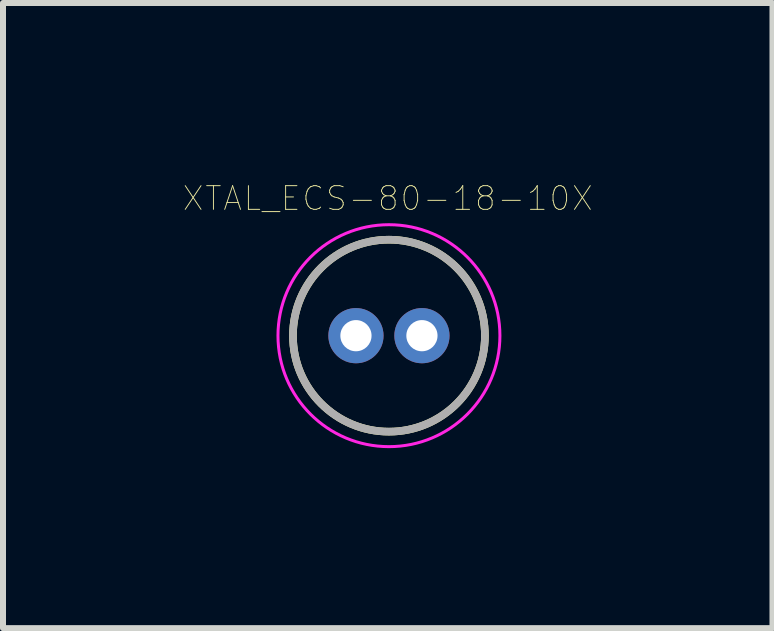
<source format=kicad_pcb>
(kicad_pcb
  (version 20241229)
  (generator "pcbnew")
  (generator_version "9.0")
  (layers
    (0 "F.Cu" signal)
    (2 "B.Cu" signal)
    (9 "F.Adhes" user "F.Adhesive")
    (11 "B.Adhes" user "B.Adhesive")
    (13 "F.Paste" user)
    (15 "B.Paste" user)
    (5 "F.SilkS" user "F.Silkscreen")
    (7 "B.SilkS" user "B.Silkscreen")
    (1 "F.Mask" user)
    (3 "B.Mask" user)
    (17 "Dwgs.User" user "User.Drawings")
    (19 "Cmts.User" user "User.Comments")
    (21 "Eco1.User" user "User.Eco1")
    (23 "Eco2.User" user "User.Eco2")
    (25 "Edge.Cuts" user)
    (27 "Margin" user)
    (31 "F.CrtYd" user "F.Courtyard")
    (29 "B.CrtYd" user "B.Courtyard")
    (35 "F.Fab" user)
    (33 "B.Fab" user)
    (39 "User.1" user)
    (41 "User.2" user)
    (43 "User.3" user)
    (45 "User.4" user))
  (footprint "XTAL_ECS-80-18-10X"
    (layer "F.Cu")
    (at 3.434 2.546)
    (property "Reference" "XTAL_ECS-80-18-10X" (at -0.02 -2.288 0) (layer "F.SilkS") (effects (font (size 0.395 0.395) (thickness 0.015))))
    (attr through_hole)
    (fp_circle (center 0 0) (end 1.6 0) (stroke (width 0.127) (type solid)) (fill no) (layer "F.SilkS"))
    (fp_circle (center 0 0) (end 1.85 0) (stroke (width 0.05) (type solid)) (fill no) (layer "F.CrtYd"))
    (fp_circle (center 0 0) (end 1.6 0) (stroke (width 0.127) (type solid)) (fill no) (layer "F.Fab"))
    (pad "1" thru_hole circle (at -0.55 0) (size 0.92 0.92) (drill 0.52) (layers "*.Cu" "*.Mask"))
    (pad "2" thru_hole circle (at 0.55 0) (size 0.92 0.92) (drill 0.52) (layers "*.Cu" "*.Mask")))
  (gr_rect
    (start -3 -3)
    (end 9.828 7.421)
    (stroke (width 0.1) (type default))
    (fill no)
    (layer "Edge.Cuts")))
</source>
